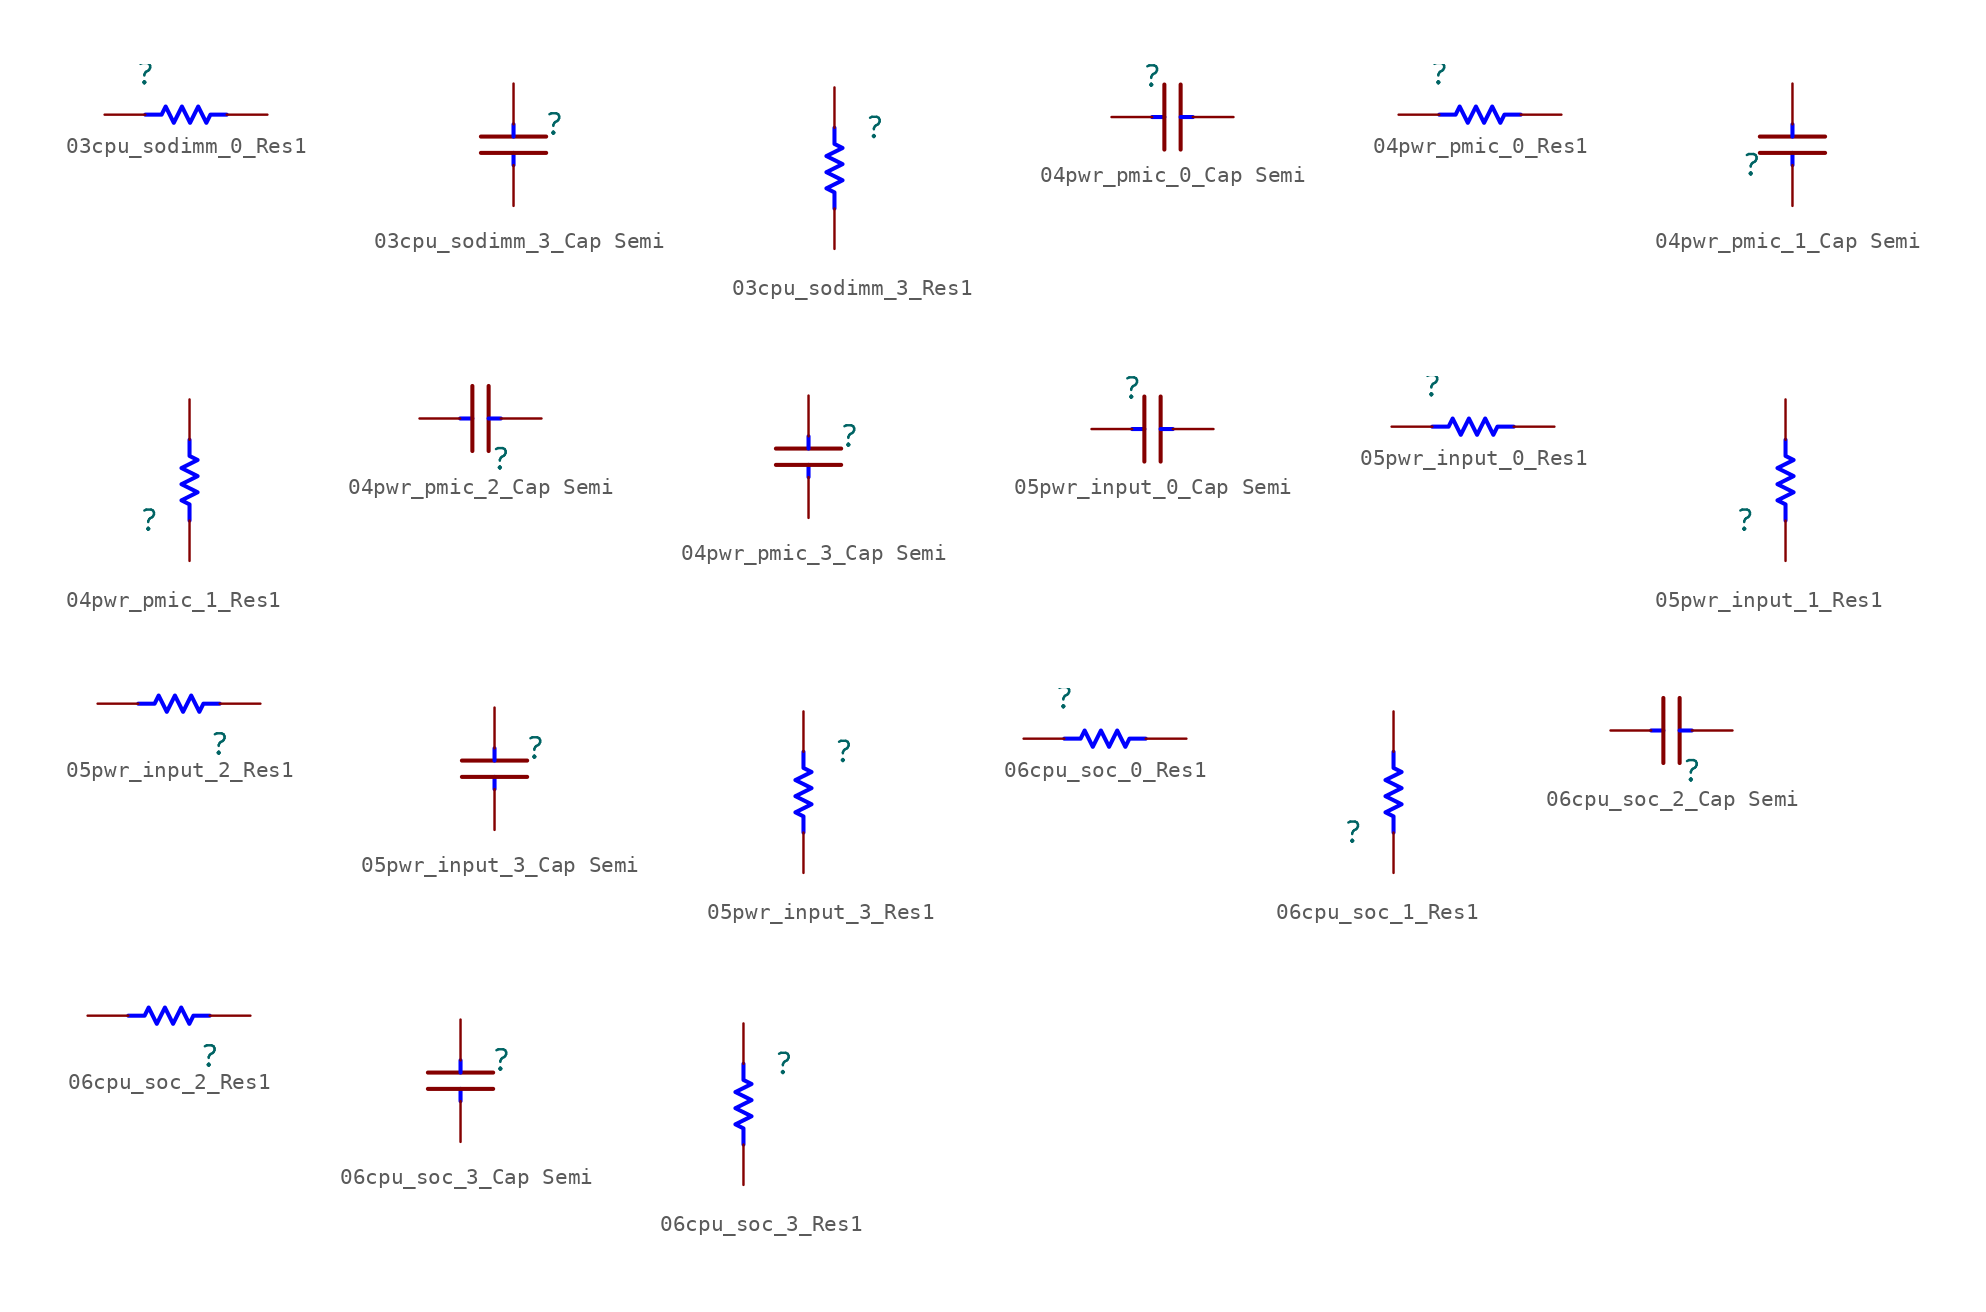
<source format=kicad_sym>
(kicad_symbol_lib
  (version 20220914)
  (generator kicad_symbol_editor)
  (symbol "03cpu_sodimm_0_Res1"
    (property "Reference" ""
      (at 0 0 0)
      (effects (font (size 1.27 1.27))))
    (property "Value" ""
      (at 0 0 0)
      (effects (font (size 1.27 1.27))))
    (symbol "03cpu_sodimm_0_Res1_1_0"
      (polyline (pts (xy 5.08 -2.54) (xy 4.064 -2.54) (xy 3.81 -3.048) (xy 3.302 -2.032) (xy 2.794 -3.048) (xy 2.286 -2.032) (xy 1.778 -3.048) (xy 1.27 -2.032) (xy 1.016 -2.54) (xy 0 -2.54)) (stroke (width 0.254) (type solid) (color 0 0 255 1)) (fill (type none)))
      (pin passive line (at -2.54 -2.54 0) (length 2.54) (name "1" (effects (font (size 0 0)))) (number "1" (effects (font (size 0 0)))))
      (pin passive line (at 7.62 -2.54 180) (length 2.54) (name "2" (effects (font (size 0 0)))) (number "2" (effects (font (size 0 0)))))))
  (symbol "03cpu_sodimm_3_Cap Semi"
    (property "Reference" ""
      (at 0 0 0)
      (effects (font (size 1.27 1.27))))
    (property "Value" ""
      (at 0 0 0)
      (effects (font (size 1.27 1.27))))
    (symbol "03cpu_sodimm_3_Cap Semi_1_0"
      (polyline (pts (xy -4.572 -0.762) (xy -0.508 -0.762)) (stroke (width 0.254) (type solid)) (fill (type none)))
      (polyline (pts (xy -2.54 -2.54) (xy -2.54 -1.778)) (stroke (width 0.254) (type solid) (color 0 0 255 1)) (fill (type none)))
      (polyline (pts (xy -2.54 0) (xy -2.54 -0.762)) (stroke (width 0.254) (type solid) (color 0 0 255 1)) (fill (type none)))
      (polyline (pts (xy -0.508 -1.778) (xy -4.572 -1.778)) (stroke (width 0.254) (type solid)) (fill (type none)))
      (pin passive line (at -2.54 2.54 270) (length 2.54) (name "1" (effects (font (size 0 0)))) (number "1" (effects (font (size 0 0)))))
      (pin passive line (at -2.54 -5.08 90) (length 2.54) (name "2" (effects (font (size 0 0)))) (number "2" (effects (font (size 0 0)))))))
  (symbol "03cpu_sodimm_3_Res1"
    (property "Reference" ""
      (at 0 0 0)
      (effects (font (size 1.27 1.27))))
    (property "Value" ""
      (at 0 0 0)
      (effects (font (size 1.27 1.27))))
    (symbol "03cpu_sodimm_3_Res1_1_0"
      (polyline (pts (xy -2.54 -5.08) (xy -2.54 -4.064) (xy -3.048 -3.81) (xy -2.032 -3.302) (xy -3.048 -2.794) (xy -2.032 -2.286) (xy -3.048 -1.778) (xy -2.032 -1.27) (xy -2.54 -1.016) (xy -2.54 0)) (stroke (width 0.254) (type solid) (color 0 0 255 1)) (fill (type none)))
      (pin passive line (at -2.54 2.54 270) (length 2.54) (name "1" (effects (font (size 0 0)))) (number "1" (effects (font (size 0 0)))))
      (pin passive line (at -2.54 -7.62 90) (length 2.54) (name "2" (effects (font (size 0 0)))) (number "2" (effects (font (size 0 0)))))))
  (symbol "04pwr_pmic_0_Cap Semi"
    (property "Reference" ""
      (at 0 0 0)
      (effects (font (size 1.27 1.27))))
    (property "Value" ""
      (at 0 0 0)
      (effects (font (size 1.27 1.27))))
    (symbol "04pwr_pmic_0_Cap Semi_1_0"
      (polyline (pts (xy 0 -2.54) (xy 0.762 -2.54)) (stroke (width 0.254) (type solid) (color 0 0 255 1)) (fill (type none)))
      (polyline (pts (xy 0.762 -4.572) (xy 0.762 -0.508)) (stroke (width 0.254) (type solid)) (fill (type none)))
      (polyline (pts (xy 1.778 -0.508) (xy 1.778 -4.572)) (stroke (width 0.254) (type solid)) (fill (type none)))
      (polyline (pts (xy 2.54 -2.54) (xy 1.778 -2.54)) (stroke (width 0.254) (type solid) (color 0 0 255 1)) (fill (type none)))
      (pin passive line (at -2.54 -2.54 0) (length 2.54) (name "1" (effects (font (size 0 0)))) (number "1" (effects (font (size 0 0)))))
      (pin passive line (at 5.08 -2.54 180) (length 2.54) (name "2" (effects (font (size 0 0)))) (number "2" (effects (font (size 0 0)))))))
  (symbol "04pwr_pmic_0_Res1"
    (property "Reference" ""
      (at 0 0 0)
      (effects (font (size 1.27 1.27))))
    (property "Value" ""
      (at 0 0 0)
      (effects (font (size 1.27 1.27))))
    (symbol "04pwr_pmic_0_Res1_1_0"
      (polyline (pts (xy 5.08 -2.54) (xy 4.064 -2.54) (xy 3.81 -3.048) (xy 3.302 -2.032) (xy 2.794 -3.048) (xy 2.286 -2.032) (xy 1.778 -3.048) (xy 1.27 -2.032) (xy 1.016 -2.54) (xy 0 -2.54)) (stroke (width 0.254) (type solid) (color 0 0 255 1)) (fill (type none)))
      (pin passive line (at -2.54 -2.54 0) (length 2.54) (name "1" (effects (font (size 0 0)))) (number "1" (effects (font (size 0 0)))))
      (pin passive line (at 7.62 -2.54 180) (length 2.54) (name "2" (effects (font (size 0 0)))) (number "2" (effects (font (size 0 0)))))))
  (symbol "04pwr_pmic_1_Cap Semi"
    (property "Reference" ""
      (at 0 0 0)
      (effects (font (size 1.27 1.27))))
    (property "Value" ""
      (at 0 0 0)
      (effects (font (size 1.27 1.27))))
    (symbol "04pwr_pmic_1_Cap Semi_1_0"
      (polyline (pts (xy 0.508 1.778) (xy 4.572 1.778)) (stroke (width 0.254) (type solid)) (fill (type none)))
      (polyline (pts (xy 2.54 0) (xy 2.54 0.762)) (stroke (width 0.254) (type solid) (color 0 0 255 1)) (fill (type none)))
      (polyline (pts (xy 2.54 2.54) (xy 2.54 1.778)) (stroke (width 0.254) (type solid) (color 0 0 255 1)) (fill (type none)))
      (polyline (pts (xy 4.572 0.762) (xy 0.508 0.762)) (stroke (width 0.254) (type solid)) (fill (type none)))
      (pin passive line (at 2.54 -2.54 90) (length 2.54) (name "1" (effects (font (size 0 0)))) (number "1" (effects (font (size 0 0)))))
      (pin passive line (at 2.54 5.08 270) (length 2.54) (name "2" (effects (font (size 0 0)))) (number "2" (effects (font (size 0 0)))))))
  (symbol "04pwr_pmic_1_Res1"
    (property "Reference" ""
      (at 0 0 0)
      (effects (font (size 1.27 1.27))))
    (property "Value" ""
      (at 0 0 0)
      (effects (font (size 1.27 1.27))))
    (symbol "04pwr_pmic_1_Res1_1_0"
      (polyline (pts (xy 2.54 5.08) (xy 2.54 4.064) (xy 3.048 3.81) (xy 2.032 3.302) (xy 3.048 2.794) (xy 2.032 2.286) (xy 3.048 1.778) (xy 2.032 1.27) (xy 2.54 1.016) (xy 2.54 0)) (stroke (width 0.254) (type solid) (color 0 0 255 1)) (fill (type none)))
      (pin passive line (at 2.54 -2.54 90) (length 2.54) (name "1" (effects (font (size 0 0)))) (number "1" (effects (font (size 0 0)))))
      (pin passive line (at 2.54 7.62 270) (length 2.54) (name "2" (effects (font (size 0 0)))) (number "2" (effects (font (size 0 0)))))))
  (symbol "04pwr_pmic_2_Cap Semi"
    (property "Reference" ""
      (at 0 0 0)
      (effects (font (size 1.27 1.27))))
    (property "Value" ""
      (at 0 0 0)
      (effects (font (size 1.27 1.27))))
    (symbol "04pwr_pmic_2_Cap Semi_1_0"
      (polyline (pts (xy -2.54 2.54) (xy -1.778 2.54)) (stroke (width 0.254) (type solid) (color 0 0 255 1)) (fill (type none)))
      (polyline (pts (xy -1.778 0.508) (xy -1.778 4.572)) (stroke (width 0.254) (type solid)) (fill (type none)))
      (polyline (pts (xy -0.762 4.572) (xy -0.762 0.508)) (stroke (width 0.254) (type solid)) (fill (type none)))
      (polyline (pts (xy 0 2.54) (xy -0.762 2.54)) (stroke (width 0.254) (type solid) (color 0 0 255 1)) (fill (type none)))
      (pin passive line (at 2.54 2.54 180) (length 2.54) (name "1" (effects (font (size 0 0)))) (number "1" (effects (font (size 0 0)))))
      (pin passive line (at -5.08 2.54 0) (length 2.54) (name "2" (effects (font (size 0 0)))) (number "2" (effects (font (size 0 0)))))))
  (symbol "04pwr_pmic_3_Cap Semi"
    (property "Reference" ""
      (at 0 0 0)
      (effects (font (size 1.27 1.27))))
    (property "Value" ""
      (at 0 0 0)
      (effects (font (size 1.27 1.27))))
    (symbol "04pwr_pmic_3_Cap Semi_1_0"
      (polyline (pts (xy -4.572 -0.762) (xy -0.508 -0.762)) (stroke (width 0.254) (type solid)) (fill (type none)))
      (polyline (pts (xy -2.54 -2.54) (xy -2.54 -1.778)) (stroke (width 0.254) (type solid) (color 0 0 255 1)) (fill (type none)))
      (polyline (pts (xy -2.54 0) (xy -2.54 -0.762)) (stroke (width 0.254) (type solid) (color 0 0 255 1)) (fill (type none)))
      (polyline (pts (xy -0.508 -1.778) (xy -4.572 -1.778)) (stroke (width 0.254) (type solid)) (fill (type none)))
      (pin passive line (at -2.54 2.54 270) (length 2.54) (name "1" (effects (font (size 0 0)))) (number "1" (effects (font (size 0 0)))))
      (pin passive line (at -2.54 -5.08 90) (length 2.54) (name "2" (effects (font (size 0 0)))) (number "2" (effects (font (size 0 0)))))))
  (symbol "05pwr_input_0_Cap Semi"
    (property "Reference" ""
      (at 0 0 0)
      (effects (font (size 1.27 1.27))))
    (property "Value" ""
      (at 0 0 0)
      (effects (font (size 1.27 1.27))))
    (symbol "05pwr_input_0_Cap Semi_1_0"
      (polyline (pts (xy 0 -2.54) (xy 0.762 -2.54)) (stroke (width 0.254) (type solid) (color 0 0 255 1)) (fill (type none)))
      (polyline (pts (xy 0.762 -4.572) (xy 0.762 -0.508)) (stroke (width 0.254) (type solid)) (fill (type none)))
      (polyline (pts (xy 1.778 -0.508) (xy 1.778 -4.572)) (stroke (width 0.254) (type solid)) (fill (type none)))
      (polyline (pts (xy 2.54 -2.54) (xy 1.778 -2.54)) (stroke (width 0.254) (type solid) (color 0 0 255 1)) (fill (type none)))
      (pin passive line (at -2.54 -2.54 0) (length 2.54) (name "1" (effects (font (size 0 0)))) (number "1" (effects (font (size 0 0)))))
      (pin passive line (at 5.08 -2.54 180) (length 2.54) (name "2" (effects (font (size 0 0)))) (number "2" (effects (font (size 0 0)))))))
  (symbol "05pwr_input_0_Res1"
    (property "Reference" ""
      (at 0 0 0)
      (effects (font (size 1.27 1.27))))
    (property "Value" ""
      (at 0 0 0)
      (effects (font (size 1.27 1.27))))
    (symbol "05pwr_input_0_Res1_1_0"
      (polyline (pts (xy 5.08 -2.54) (xy 4.064 -2.54) (xy 3.81 -3.048) (xy 3.302 -2.032) (xy 2.794 -3.048) (xy 2.286 -2.032) (xy 1.778 -3.048) (xy 1.27 -2.032) (xy 1.016 -2.54) (xy 0 -2.54)) (stroke (width 0.254) (type solid) (color 0 0 255 1)) (fill (type none)))
      (pin passive line (at -2.54 -2.54 0) (length 2.54) (name "1" (effects (font (size 0 0)))) (number "1" (effects (font (size 0 0)))))
      (pin passive line (at 7.62 -2.54 180) (length 2.54) (name "2" (effects (font (size 0 0)))) (number "2" (effects (font (size 0 0)))))))
  (symbol "05pwr_input_1_Res1"
    (property "Reference" ""
      (at 0 0 0)
      (effects (font (size 1.27 1.27))))
    (property "Value" ""
      (at 0 0 0)
      (effects (font (size 1.27 1.27))))
    (symbol "05pwr_input_1_Res1_1_0"
      (polyline (pts (xy 2.54 5.08) (xy 2.54 4.064) (xy 3.048 3.81) (xy 2.032 3.302) (xy 3.048 2.794) (xy 2.032 2.286) (xy 3.048 1.778) (xy 2.032 1.27) (xy 2.54 1.016) (xy 2.54 0)) (stroke (width 0.254) (type solid) (color 0 0 255 1)) (fill (type none)))
      (pin passive line (at 2.54 -2.54 90) (length 2.54) (name "1" (effects (font (size 0 0)))) (number "1" (effects (font (size 0 0)))))
      (pin passive line (at 2.54 7.62 270) (length 2.54) (name "2" (effects (font (size 0 0)))) (number "2" (effects (font (size 0 0)))))))
  (symbol "05pwr_input_2_Res1"
    (property "Reference" ""
      (at 0 0 0)
      (effects (font (size 1.27 1.27))))
    (property "Value" ""
      (at 0 0 0)
      (effects (font (size 1.27 1.27))))
    (symbol "05pwr_input_2_Res1_1_0"
      (polyline (pts (xy -5.08 2.54) (xy -4.064 2.54) (xy -3.81 3.048) (xy -3.302 2.032) (xy -2.794 3.048) (xy -2.286 2.032) (xy -1.778 3.048) (xy -1.27 2.032) (xy -1.016 2.54) (xy 0 2.54)) (stroke (width 0.254) (type solid) (color 0 0 255 1)) (fill (type none)))
      (pin passive line (at 2.54 2.54 180) (length 2.54) (name "1" (effects (font (size 0 0)))) (number "1" (effects (font (size 0 0)))))
      (pin passive line (at -7.62 2.54 0) (length 2.54) (name "2" (effects (font (size 0 0)))) (number "2" (effects (font (size 0 0)))))))
  (symbol "05pwr_input_3_Cap Semi"
    (property "Reference" ""
      (at 0 0 0)
      (effects (font (size 1.27 1.27))))
    (property "Value" ""
      (at 0 0 0)
      (effects (font (size 1.27 1.27))))
    (symbol "05pwr_input_3_Cap Semi_1_0"
      (polyline (pts (xy -4.572 -0.762) (xy -0.508 -0.762)) (stroke (width 0.254) (type solid)) (fill (type none)))
      (polyline (pts (xy -2.54 -2.54) (xy -2.54 -1.778)) (stroke (width 0.254) (type solid) (color 0 0 255 1)) (fill (type none)))
      (polyline (pts (xy -2.54 0) (xy -2.54 -0.762)) (stroke (width 0.254) (type solid) (color 0 0 255 1)) (fill (type none)))
      (polyline (pts (xy -0.508 -1.778) (xy -4.572 -1.778)) (stroke (width 0.254) (type solid)) (fill (type none)))
      (pin passive line (at -2.54 2.54 270) (length 2.54) (name "1" (effects (font (size 0 0)))) (number "1" (effects (font (size 0 0)))))
      (pin passive line (at -2.54 -5.08 90) (length 2.54) (name "2" (effects (font (size 0 0)))) (number "2" (effects (font (size 0 0)))))))
  (symbol "05pwr_input_3_Res1"
    (property "Reference" ""
      (at 0 0 0)
      (effects (font (size 1.27 1.27))))
    (property "Value" ""
      (at 0 0 0)
      (effects (font (size 1.27 1.27))))
    (symbol "05pwr_input_3_Res1_1_0"
      (polyline (pts (xy -2.54 -5.08) (xy -2.54 -4.064) (xy -3.048 -3.81) (xy -2.032 -3.302) (xy -3.048 -2.794) (xy -2.032 -2.286) (xy -3.048 -1.778) (xy -2.032 -1.27) (xy -2.54 -1.016) (xy -2.54 0)) (stroke (width 0.254) (type solid) (color 0 0 255 1)) (fill (type none)))
      (pin passive line (at -2.54 2.54 270) (length 2.54) (name "1" (effects (font (size 0 0)))) (number "1" (effects (font (size 0 0)))))
      (pin passive line (at -2.54 -7.62 90) (length 2.54) (name "2" (effects (font (size 0 0)))) (number "2" (effects (font (size 0 0)))))))
  (symbol "06cpu_soc_0_Res1"
    (property "Reference" ""
      (at 0 0 0)
      (effects (font (size 1.27 1.27))))
    (property "Value" ""
      (at 0 0 0)
      (effects (font (size 1.27 1.27))))
    (symbol "06cpu_soc_0_Res1_1_0"
      (polyline (pts (xy 5.08 -2.54) (xy 4.064 -2.54) (xy 3.81 -3.048) (xy 3.302 -2.032) (xy 2.794 -3.048) (xy 2.286 -2.032) (xy 1.778 -3.048) (xy 1.27 -2.032) (xy 1.016 -2.54) (xy 0 -2.54)) (stroke (width 0.254) (type solid) (color 0 0 255 1)) (fill (type none)))
      (pin passive line (at -2.54 -2.54 0) (length 2.54) (name "1" (effects (font (size 0 0)))) (number "1" (effects (font (size 0 0)))))
      (pin passive line (at 7.62 -2.54 180) (length 2.54) (name "2" (effects (font (size 0 0)))) (number "2" (effects (font (size 0 0)))))))
  (symbol "06cpu_soc_1_Res1"
    (property "Reference" ""
      (at 0 0 0)
      (effects (font (size 1.27 1.27))))
    (property "Value" ""
      (at 0 0 0)
      (effects (font (size 1.27 1.27))))
    (symbol "06cpu_soc_1_Res1_1_0"
      (polyline (pts (xy 2.54 5.08) (xy 2.54 4.064) (xy 3.048 3.81) (xy 2.032 3.302) (xy 3.048 2.794) (xy 2.032 2.286) (xy 3.048 1.778) (xy 2.032 1.27) (xy 2.54 1.016) (xy 2.54 0)) (stroke (width 0.254) (type solid) (color 0 0 255 1)) (fill (type none)))
      (pin passive line (at 2.54 -2.54 90) (length 2.54) (name "1" (effects (font (size 0 0)))) (number "1" (effects (font (size 0 0)))))
      (pin passive line (at 2.54 7.62 270) (length 2.54) (name "2" (effects (font (size 0 0)))) (number "2" (effects (font (size 0 0)))))))
  (symbol "06cpu_soc_2_Cap Semi"
    (property "Reference" ""
      (at 0 0 0)
      (effects (font (size 1.27 1.27))))
    (property "Value" ""
      (at 0 0 0)
      (effects (font (size 1.27 1.27))))
    (symbol "06cpu_soc_2_Cap Semi_1_0"
      (polyline (pts (xy -2.54 2.54) (xy -1.778 2.54)) (stroke (width 0.254) (type solid) (color 0 0 255 1)) (fill (type none)))
      (polyline (pts (xy -1.778 0.508) (xy -1.778 4.572)) (stroke (width 0.254) (type solid)) (fill (type none)))
      (polyline (pts (xy -0.762 4.572) (xy -0.762 0.508)) (stroke (width 0.254) (type solid)) (fill (type none)))
      (polyline (pts (xy 0 2.54) (xy -0.762 2.54)) (stroke (width 0.254) (type solid) (color 0 0 255 1)) (fill (type none)))
      (pin passive line (at 2.54 2.54 180) (length 2.54) (name "1" (effects (font (size 0 0)))) (number "1" (effects (font (size 0 0)))))
      (pin passive line (at -5.08 2.54 0) (length 2.54) (name "2" (effects (font (size 0 0)))) (number "2" (effects (font (size 0 0)))))))
  (symbol "06cpu_soc_2_Res1"
    (property "Reference" ""
      (at 0 0 0)
      (effects (font (size 1.27 1.27))))
    (property "Value" ""
      (at 0 0 0)
      (effects (font (size 1.27 1.27))))
    (symbol "06cpu_soc_2_Res1_1_0"
      (polyline (pts (xy -5.08 2.54) (xy -4.064 2.54) (xy -3.81 3.048) (xy -3.302 2.032) (xy -2.794 3.048) (xy -2.286 2.032) (xy -1.778 3.048) (xy -1.27 2.032) (xy -1.016 2.54) (xy 0 2.54)) (stroke (width 0.254) (type solid) (color 0 0 255 1)) (fill (type none)))
      (pin passive line (at 2.54 2.54 180) (length 2.54) (name "1" (effects (font (size 0 0)))) (number "1" (effects (font (size 0 0)))))
      (pin passive line (at -7.62 2.54 0) (length 2.54) (name "2" (effects (font (size 0 0)))) (number "2" (effects (font (size 0 0)))))))
  (symbol "06cpu_soc_3_Cap Semi"
    (property "Reference" ""
      (at 0 0 0)
      (effects (font (size 1.27 1.27))))
    (property "Value" ""
      (at 0 0 0)
      (effects (font (size 1.27 1.27))))
    (symbol "06cpu_soc_3_Cap Semi_1_0"
      (polyline (pts (xy -4.572 -0.762) (xy -0.508 -0.762)) (stroke (width 0.254) (type solid)) (fill (type none)))
      (polyline (pts (xy -2.54 -2.54) (xy -2.54 -1.778)) (stroke (width 0.254) (type solid) (color 0 0 255 1)) (fill (type none)))
      (polyline (pts (xy -2.54 0) (xy -2.54 -0.762)) (stroke (width 0.254) (type solid) (color 0 0 255 1)) (fill (type none)))
      (polyline (pts (xy -0.508 -1.778) (xy -4.572 -1.778)) (stroke (width 0.254) (type solid)) (fill (type none)))
      (pin passive line (at -2.54 2.54 270) (length 2.54) (name "1" (effects (font (size 0 0)))) (number "1" (effects (font (size 0 0)))))
      (pin passive line (at -2.54 -5.08 90) (length 2.54) (name "2" (effects (font (size 0 0)))) (number "2" (effects (font (size 0 0)))))))
  (symbol "06cpu_soc_3_Res1"
    (property "Reference" ""
      (at 0 0 0)
      (effects (font (size 1.27 1.27))))
    (property "Value" ""
      (at 0 0 0)
      (effects (font (size 1.27 1.27))))
    (symbol "06cpu_soc_3_Res1_1_0"
      (polyline (pts (xy -2.54 -5.08) (xy -2.54 -4.064) (xy -3.048 -3.81) (xy -2.032 -3.302) (xy -3.048 -2.794) (xy -2.032 -2.286) (xy -3.048 -1.778) (xy -2.032 -1.27) (xy -2.54 -1.016) (xy -2.54 0)) (stroke (width 0.254) (type solid) (color 0 0 255 1)) (fill (type none)))
      (pin passive line (at -2.54 2.54 270) (length 2.54) (name "1" (effects (font (size 0 0)))) (number "1" (effects (font (size 0 0)))))
      (pin passive line (at -2.54 -7.62 90) (length 2.54) (name "2" (effects (font (size 0 0)))) (number "2" (effects (font (size 0 0))))))))
</source>
